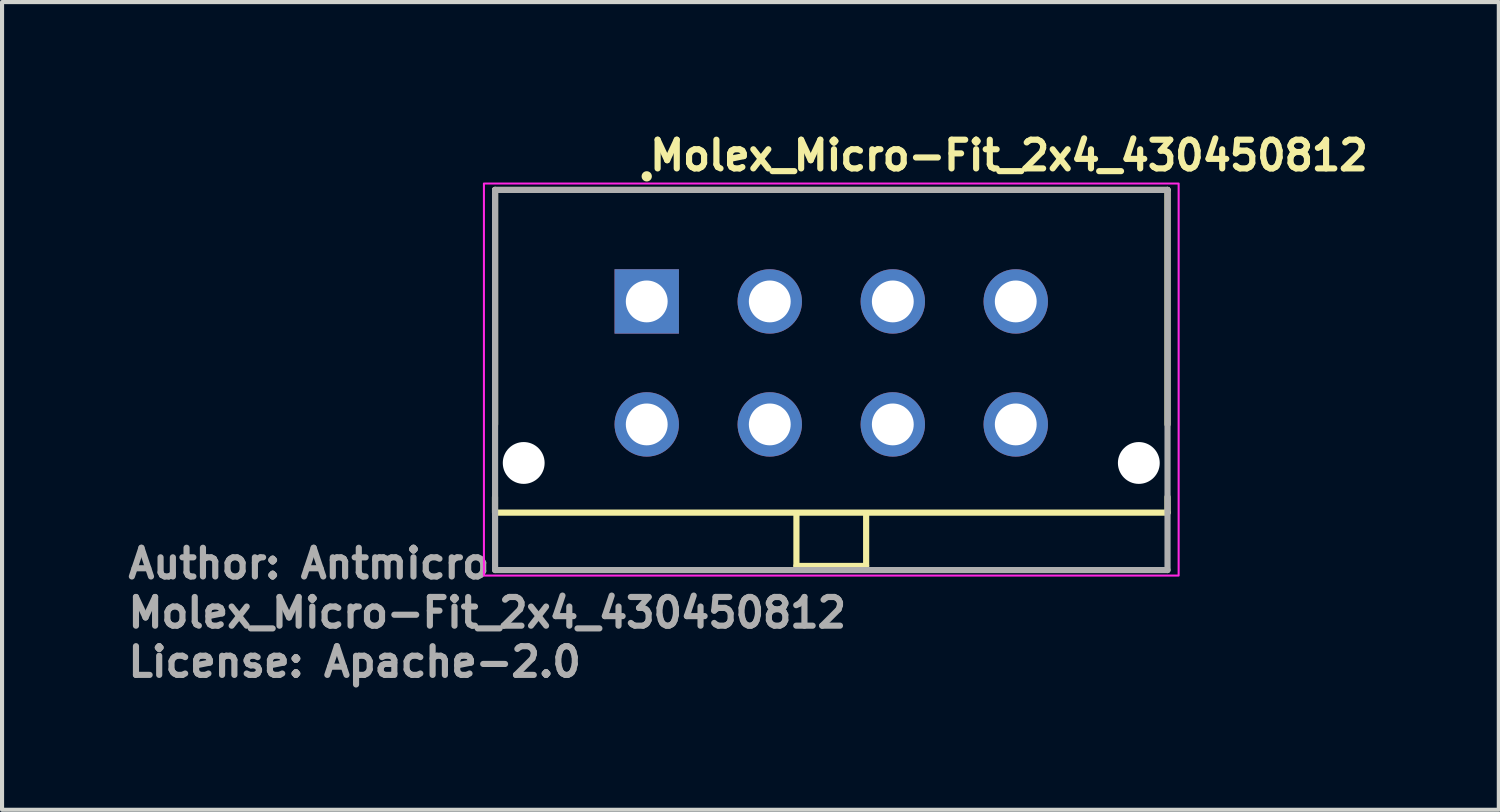
<source format=kicad_pcb>
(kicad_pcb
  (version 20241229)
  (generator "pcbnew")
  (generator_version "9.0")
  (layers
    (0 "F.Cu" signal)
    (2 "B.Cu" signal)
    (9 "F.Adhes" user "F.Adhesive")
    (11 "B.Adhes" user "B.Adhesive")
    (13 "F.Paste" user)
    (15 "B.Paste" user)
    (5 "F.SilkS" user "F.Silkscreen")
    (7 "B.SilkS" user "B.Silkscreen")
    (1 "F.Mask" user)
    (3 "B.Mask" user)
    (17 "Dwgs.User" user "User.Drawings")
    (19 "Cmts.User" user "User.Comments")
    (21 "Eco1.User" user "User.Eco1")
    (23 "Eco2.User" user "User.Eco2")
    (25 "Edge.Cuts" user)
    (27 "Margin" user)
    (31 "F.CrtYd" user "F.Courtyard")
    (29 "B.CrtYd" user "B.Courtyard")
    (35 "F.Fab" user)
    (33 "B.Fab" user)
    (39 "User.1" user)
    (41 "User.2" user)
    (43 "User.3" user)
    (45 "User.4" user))
  (footprint "Molex_Micro-Fit_2x4_430450812"
    (layer "F.Cu")
    (at 12.72 4.3)
    (property "Reference" "Molex_Micro-Fit_2x4_430450812" (at 0 -3.15 0) (layer "F.SilkS") (effects (font (size 0.7 0.7) (thickness 0.15)) (justify left bottom)))
    (attr through_hole)
    (fp_line (start -3.7 4.769) (end -3.7 5.15) (stroke (width 0.15) (type solid)) (layer "F.SilkS"))
    (fp_line (start -3.698 -2.719) (end -3.698 2.999) (stroke (width 0.15) (type solid)) (layer "F.SilkS"))
    (fp_line (start 3.65 5.169) (end 3.65 6.45) (stroke (width 0.15) (type solid)) (layer "F.SilkS"))
    (fp_line (start 3.65 6.45) (end 5.35 6.45) (stroke (width 0.15) (type solid)) (layer "F.SilkS"))
    (fp_line (start 5.35 5.169) (end 5.35 6.45) (stroke (width 0.15) (type solid)) (layer "F.SilkS"))
    (fp_line (start 12.699 -2.719) (end -3.698 -2.719) (stroke (width 0.15) (type solid)) (layer "F.SilkS"))
    (fp_line (start 12.699 -2.719) (end 12.699 2.999) (stroke (width 0.15) (type solid)) (layer "F.SilkS"))
    (fp_line (start 12.699 4.769) (end 12.7 5.15) (stroke (width 0.15) (type solid)) (layer "F.SilkS"))
    (fp_line (start 12.699 5.15) (end -3.698 5.15) (stroke (width 0.15) (type solid)) (layer "F.SilkS"))
    (fp_circle (center 0 -3.05) (end -0.05 -3.05) (stroke (width 0.15) (type solid)) (fill yes) (layer "F.SilkS"))
    (fp_rect (start 12.97 6.685) (end -3.97 -2.875) (stroke (width 0.05) (type solid)) (fill no) (layer "F.CrtYd"))
    (fp_line (start -3.698 -2.719) (end 12.699 -2.719) (stroke (width 0.15) (type solid)) (layer "F.Fab"))
    (fp_line (start -3.698 6.55) (end -3.698 -2.719) (stroke (width 0.15) (type solid)) (layer "F.Fab"))
    (fp_line (start 12.699 -2.719) (end 12.699 6.55) (stroke (width 0.15) (type solid)) (layer "F.Fab"))
    (fp_line (start 12.699 6.55) (end -3.698 6.55) (stroke (width 0.15) (type solid)) (layer "F.Fab"))
    (fp_rect (start 12.574 6.293) (end -3.574 -2.476) (stroke (width 0.1) (type solid)) (fill no) (layer "User.5"))
    (fp_line (start -3.574 4.893) (end -3.574 -2.476) (stroke (width 0.02) (type solid)) (layer "User.9"))
    (fp_line (start -3.325 -2.476) (end -3.574 -2.476) (stroke (width 0.02) (type solid)) (layer "User.9"))
    (fp_line (start -3.325 -1.476) (end -3.325 -2.476) (stroke (width 0.02) (type solid)) (layer "User.9"))
    (fp_line (start -3.325 -1.476) (end -2.375 -1.976) (stroke (width 0.02) (type solid)) (layer "User.9"))
    (fp_line (start -3.325 -0.956) (end -3.325 -1.476) (stroke (width 0.02) (type solid)) (layer "User.9"))
    (fp_line (start -3.325 -0.956) (end -3.325 0.394) (stroke (width 0.02) (type solid)) (layer "User.9"))
    (fp_line (start -3.325 -0.956) (end -1.925 -0.956) (stroke (width 0.02) (type solid)) (layer "User.9"))
    (fp_line (start -3.325 0.394) (end -3.325 0.919) (stroke (width 0.02) (type solid)) (layer "User.9"))
    (fp_line (start -3.325 0.394) (end -1.925 0.394) (stroke (width 0.02) (type solid)) (layer "User.9"))
    (fp_line (start -3.325 0.919) (end -3.325 2.068) (stroke (width 0.02) (type solid)) (layer "User.9"))
    (fp_line (start -3.325 0.919) (end -1.925 0.919) (stroke (width 0.02) (type solid)) (layer "User.9"))
    (fp_line (start -3.325 2.068) (end -3.325 2.593) (stroke (width 0.02) (type solid)) (layer "User.9"))
    (fp_line (start -3.325 2.068) (end -1.925 2.068) (stroke (width 0.02) (type solid)) (layer "User.9"))
    (fp_line (start -3.325 2.593) (end -3.325 4.133) (stroke (width 0.02) (type solid)) (layer "User.9"))
    (fp_line (start -3.325 2.593) (end -1.925 2.593) (stroke (width 0.02) (type solid)) (layer "User.9"))
    (fp_line (start -3.325 4.133) (end -1.925 4.133) (stroke (width 0.02) (type solid)) (layer "User.9"))
    (fp_line (start -3.325 4.893) (end -3.574 4.893) (stroke (width 0.02) (type solid)) (layer "User.9"))
    (fp_line (start -3.325 4.893) (end -3.325 4.133) (stroke (width 0.02) (type solid)) (layer "User.9"))
    (fp_line (start -3.325 4.893) (end -1.925 4.893) (stroke (width 0.02) (type solid)) (layer "User.9"))
    (fp_line (start -2.625 1.094) (end -2.625 1.894) (stroke (width 0.02) (type solid)) (layer "User.9"))
    (fp_line (start -2.625 1.894) (end -2.325 1.894) (stroke (width 0.02) (type solid)) (layer "User.9"))
    (fp_line (start -2.375 -2.476) (end -3.325 -2.476) (stroke (width 0.02) (type solid)) (layer "User.9"))
    (fp_line (start -2.375 -2.476) (end -2.375 -1.976) (stroke (width 0.02) (type solid)) (layer "User.9"))
    (fp_line (start -2.375 -1.976) (end -1.925 -1.976) (stroke (width 0.02) (type solid)) (layer "User.9"))
    (fp_line (start -2.325 0.919) (end -2.325 1.094) (stroke (width 0.02) (type solid)) (layer "User.9"))
    (fp_line (start -2.325 1.094) (end -2.625 1.094) (stroke (width 0.02) (type solid)) (layer "User.9"))
    (fp_line (start -2.325 2.068) (end -2.325 1.894) (stroke (width 0.02) (type solid)) (layer "User.9"))
    (fp_line (start -1.925 -0.956) (end -1.925 -1.976) (stroke (width 0.02) (type solid)) (layer "User.9"))
    (fp_line (start -1.925 -0.956) (end -1.925 4.133) (stroke (width 0.02) (type solid)) (layer "User.9"))
    (fp_line (start -1.925 4.893) (end -1.925 4.133) (stroke (width 0.02) (type solid)) (layer "User.9"))
    (fp_line (start -1.269 -1.306) (end -1.269 1.234) (stroke (width 0.02) (type solid)) (layer "User.9"))
    (fp_line (start -1.269 1.234) (end 1.27 1.234) (stroke (width 0.02) (type solid)) (layer "User.9"))
    (fp_line (start -1.269 1.694) (end -1.269 4.233) (stroke (width 0.02) (type solid)) (layer "User.9"))
    (fp_line (start -1.269 4.233) (end 1.27 4.233) (stroke (width 0.02) (type solid)) (layer "User.9"))
    (fp_line (start -0.32 -0.326) (end 0.32 -0.326) (stroke (width 0.02) (type solid)) (layer "User.9"))
    (fp_line (start -0.32 0.314) (end -0.32 -0.326) (stroke (width 0.02) (type solid)) (layer "User.9"))
    (fp_line (start -0.32 0.314) (end 0.32 0.314) (stroke (width 0.02) (type solid)) (layer "User.9"))
    (fp_line (start -0.32 2.673) (end 0.32 2.673) (stroke (width 0.02) (type solid)) (layer "User.9"))
    (fp_line (start -0.32 3.313) (end -0.32 2.673) (stroke (width 0.02) (type solid)) (layer "User.9"))
    (fp_line (start -0.32 3.313) (end 0.32 3.313) (stroke (width 0.02) (type solid)) (layer "User.9"))
    (fp_line (start 0.32 0.314) (end 0.32 -0.326) (stroke (width 0.02) (type solid)) (layer "User.9"))
    (fp_line (start 0.32 3.313) (end 0.32 2.673) (stroke (width 0.02) (type solid)) (layer "User.9"))
    (fp_line (start 0.57 -1.306) (end -1.269 -1.306) (stroke (width 0.02) (type solid)) (layer "User.9"))
    (fp_line (start 0.57 1.694) (end -1.269 1.694) (stroke (width 0.02) (type solid)) (layer "User.9"))
    (fp_line (start 0.65 -2.476) (end 0.65 -1.976) (stroke (width 0.02) (type solid)) (layer "User.9"))
    (fp_line (start 1.27 -0.606) (end 0.57 -1.306) (stroke (width 0.02) (type solid)) (layer "User.9"))
    (fp_line (start 1.27 1.234) (end 1.27 -0.606) (stroke (width 0.02) (type solid)) (layer "User.9"))
    (fp_line (start 1.27 2.393) (end 0.57 1.694) (stroke (width 0.02) (type solid)) (layer "User.9"))
    (fp_line (start 1.27 4.233) (end 1.27 2.393) (stroke (width 0.02) (type solid)) (layer "User.9"))
    (fp_line (start 1.65 -2.476) (end 0.65 -2.476) (stroke (width 0.02) (type solid)) (layer "User.9"))
    (fp_line (start 1.65 -1.976) (end 1.65 -2.476) (stroke (width 0.02) (type solid)) (layer "User.9"))
    (fp_line (start 1.73 -0.606) (end 1.73 1.234) (stroke (width 0.02) (type solid)) (layer "User.9"))
    (fp_line (start 1.73 1.234) (end 4.27 1.234) (stroke (width 0.02) (type solid)) (layer "User.9"))
    (fp_line (start 1.73 2.393) (end 1.73 4.233) (stroke (width 0.02) (type solid)) (layer "User.9"))
    (fp_line (start 1.73 4.233) (end 4.27 4.233) (stroke (width 0.02) (type solid)) (layer "User.9"))
    (fp_line (start 2.43 -1.306) (end 1.73 -0.606) (stroke (width 0.02) (type solid)) (layer "User.9"))
    (fp_line (start 2.43 1.694) (end 1.73 2.393) (stroke (width 0.02) (type solid)) (layer "User.9"))
    (fp_line (start 2.68 -0.326) (end 3.32 -0.326) (stroke (width 0.02) (type solid)) (layer "User.9"))
    (fp_line (start 2.68 0.314) (end 2.68 -0.326) (stroke (width 0.02) (type solid)) (layer "User.9"))
    (fp_line (start 2.68 0.314) (end 3.32 0.314) (stroke (width 0.02) (type solid)) (layer "User.9"))
    (fp_line (start 2.68 2.673) (end 3.32 2.673) (stroke (width 0.02) (type solid)) (layer "User.9"))
    (fp_line (start 2.68 3.313) (end 2.68 2.673) (stroke (width 0.02) (type solid)) (layer "User.9"))
    (fp_line (start 2.68 3.313) (end 3.32 3.313) (stroke (width 0.02) (type solid)) (layer "User.9"))
    (fp_line (start 3.32 0.314) (end 3.32 -0.326) (stroke (width 0.02) (type solid)) (layer "User.9"))
    (fp_line (start 3.32 3.313) (end 3.32 2.673) (stroke (width 0.02) (type solid)) (layer "User.9"))
    (fp_line (start 3.801 6.293) (end 3.801 4.893) (stroke (width 0.02) (type solid)) (layer "User.9"))
    (fp_line (start 4.27 -1.306) (end 2.43 -1.306) (stroke (width 0.02) (type solid)) (layer "User.9"))
    (fp_line (start 4.27 1.234) (end 4.27 -1.306) (stroke (width 0.02) (type solid)) (layer "User.9"))
    (fp_line (start 4.27 1.694) (end 2.43 1.694) (stroke (width 0.02) (type solid)) (layer "User.9"))
    (fp_line (start 4.27 4.233) (end 4.27 1.694) (stroke (width 0.02) (type solid)) (layer "User.9"))
    (fp_line (start 4.73 -1.306) (end 4.73 1.234) (stroke (width 0.02) (type solid)) (layer "User.9"))
    (fp_line (start 4.73 1.234) (end 7.27 1.234) (stroke (width 0.02) (type solid)) (layer "User.9"))
    (fp_line (start 4.73 1.694) (end 4.73 4.233) (stroke (width 0.02) (type solid)) (layer "User.9"))
    (fp_line (start 4.73 4.233) (end 7.27 4.233) (stroke (width 0.02) (type solid)) (layer "User.9"))
    (fp_line (start 5.199 6.293) (end 3.801 6.293) (stroke (width 0.02) (type solid)) (layer "User.9"))
    (fp_line (start 5.199 6.293) (end 5.199 4.893) (stroke (width 0.02) (type solid)) (layer "User.9"))
    (fp_line (start 5.68 -0.326) (end 6.32 -0.326) (stroke (width 0.02) (type solid)) (layer "User.9"))
    (fp_line (start 5.68 0.314) (end 5.68 -0.326) (stroke (width 0.02) (type solid)) (layer "User.9"))
    (fp_line (start 5.68 0.314) (end 6.32 0.314) (stroke (width 0.02) (type solid)) (layer "User.9"))
    (fp_line (start 5.68 2.673) (end 6.32 2.673) (stroke (width 0.02) (type solid)) (layer "User.9"))
    (fp_line (start 5.68 3.313) (end 5.68 2.673) (stroke (width 0.02) (type solid)) (layer "User.9"))
    (fp_line (start 5.68 3.313) (end 6.32 3.313) (stroke (width 0.02) (type solid)) (layer "User.9"))
    (fp_line (start 6.32 0.314) (end 6.32 -0.326) (stroke (width 0.02) (type solid)) (layer "User.9"))
    (fp_line (start 6.32 3.313) (end 6.32 2.673) (stroke (width 0.02) (type solid)) (layer "User.9"))
    (fp_line (start 6.57 -1.306) (end 4.73 -1.306) (stroke (width 0.02) (type solid)) (layer "User.9"))
    (fp_line (start 6.57 1.694) (end 4.73 1.694) (stroke (width 0.02) (type solid)) (layer "User.9"))
    (fp_line (start 7.27 -0.606) (end 6.57 -1.306) (stroke (width 0.02) (type solid)) (layer "User.9"))
    (fp_line (start 7.27 1.234) (end 7.27 -0.606) (stroke (width 0.02) (type solid)) (layer "User.9"))
    (fp_line (start 7.27 2.393) (end 6.57 1.694) (stroke (width 0.02) (type solid)) (layer "User.9"))
    (fp_line (start 7.27 4.233) (end 7.27 2.393) (stroke (width 0.02) (type solid)) (layer "User.9"))
    (fp_line (start 7.35 -2.476) (end 7.35 -1.976) (stroke (width 0.02) (type solid)) (layer "User.9"))
    (fp_line (start 7.73 -0.606) (end 7.73 1.234) (stroke (width 0.02) (type solid)) (layer "User.9"))
    (fp_line (start 7.73 1.234) (end 10.269 1.234) (stroke (width 0.02) (type solid)) (layer "User.9"))
    (fp_line (start 7.73 1.694) (end 7.73 4.233) (stroke (width 0.02) (type solid)) (layer "User.9"))
    (fp_line (start 7.73 4.233) (end 10.269 4.233) (stroke (width 0.02) (type solid)) (layer "User.9"))
    (fp_line (start 8.35 -2.476) (end 7.35 -2.476) (stroke (width 0.02) (type solid)) (layer "User.9"))
    (fp_line (start 8.35 -1.976) (end 8.35 -2.476) (stroke (width 0.02) (type solid)) (layer "User.9"))
    (fp_line (start 8.43 -1.306) (end 7.73 -0.606) (stroke (width 0.02) (type solid)) (layer "User.9"))
    (fp_line (start 8.68 -0.326) (end 9.32 -0.326) (stroke (width 0.02) (type solid)) (layer "User.9"))
    (fp_line (start 8.68 0.314) (end 8.68 -0.326) (stroke (width 0.02) (type solid)) (layer "User.9"))
    (fp_line (start 8.68 0.314) (end 9.32 0.314) (stroke (width 0.02) (type solid)) (layer "User.9"))
    (fp_line (start 8.68 2.673) (end 9.32 2.673) (stroke (width 0.02) (type solid)) (layer "User.9"))
    (fp_line (start 8.68 3.313) (end 8.68 2.673) (stroke (width 0.02) (type solid)) (layer "User.9"))
    (fp_line (start 8.68 3.313) (end 9.32 3.313) (stroke (width 0.02) (type solid)) (layer "User.9"))
    (fp_line (start 9.32 0.314) (end 9.32 -0.326) (stroke (width 0.02) (type solid)) (layer "User.9"))
    (fp_line (start 9.32 3.313) (end 9.32 2.673) (stroke (width 0.02) (type solid)) (layer "User.9"))
    (fp_line (start 10.269 -1.306) (end 8.43 -1.306) (stroke (width 0.02) (type solid)) (layer "User.9"))
    (fp_line (start 10.269 1.234) (end 10.269 -1.306) (stroke (width 0.02) (type solid)) (layer "User.9"))
    (fp_line (start 10.269 1.694) (end 7.73 1.694) (stroke (width 0.02) (type solid)) (layer "User.9"))
    (fp_line (start 10.269 4.233) (end 10.269 1.694) (stroke (width 0.02) (type solid)) (layer "User.9"))
    (fp_line (start 10.925 -1.976) (end -1.925 -1.976) (stroke (width 0.02) (type solid)) (layer "User.9"))
    (fp_line (start 10.925 -1.976) (end 11.375 -1.976) (stroke (width 0.02) (type solid)) (layer "User.9"))
    (fp_line (start 10.925 -0.956) (end 10.925 -1.976) (stroke (width 0.02) (type solid)) (layer "User.9"))
    (fp_line (start 10.925 -0.956) (end 10.925 4.133) (stroke (width 0.02) (type solid)) (layer "User.9"))
    (fp_line (start 10.925 -0.956) (end 12.325 -0.956) (stroke (width 0.02) (type solid)) (layer "User.9"))
    (fp_line (start 10.925 0.394) (end 12.325 0.394) (stroke (width 0.02) (type solid)) (layer "User.9"))
    (fp_line (start 10.925 2.593) (end 12.325 2.593) (stroke (width 0.02) (type solid)) (layer "User.9"))
    (fp_line (start 10.925 4.133) (end 12.325 4.133) (stroke (width 0.02) (type solid)) (layer "User.9"))
    (fp_line (start 10.925 4.893) (end -1.925 4.893) (stroke (width 0.02) (type solid)) (layer "User.9"))
    (fp_line (start 10.925 4.893) (end 10.925 4.133) (stroke (width 0.02) (type solid)) (layer "User.9"))
    (fp_line (start 10.925 4.893) (end 12.325 4.893) (stroke (width 0.02) (type solid)) (layer "User.9"))
    (fp_line (start 11.325 0.919) (end 11.325 1.094) (stroke (width 0.02) (type solid)) (layer "User.9"))
    (fp_line (start 11.325 1.894) (end 11.625 1.894) (stroke (width 0.02) (type solid)) (layer "User.9"))
    (fp_line (start 11.325 2.068) (end 11.325 1.894) (stroke (width 0.02) (type solid)) (layer "User.9"))
    (fp_line (start 11.375 -2.476) (end 11.375 -1.976) (stroke (width 0.02) (type solid)) (layer "User.9"))
    (fp_line (start 11.625 1.094) (end 11.325 1.094) (stroke (width 0.02) (type solid)) (layer "User.9"))
    (fp_line (start 11.625 1.894) (end 11.625 1.094) (stroke (width 0.02) (type solid)) (layer "User.9"))
    (fp_line (start 12.325 -2.476) (end 11.375 -2.476) (stroke (width 0.02) (type solid)) (layer "User.9"))
    (fp_line (start 12.325 -2.476) (end 12.325 -1.476) (stroke (width 0.02) (type solid)) (layer "User.9"))
    (fp_line (start 12.325 -2.476) (end 12.574 -2.476) (stroke (width 0.02) (type solid)) (layer "User.9"))
    (fp_line (start 12.325 -1.476) (end 11.375 -1.976) (stroke (width 0.02) (type solid)) (layer "User.9"))
    (fp_line (start 12.325 -0.956) (end 12.325 -1.476) (stroke (width 0.02) (type solid)) (layer "User.9"))
    (fp_line (start 12.325 -0.956) (end 12.325 0.394) (stroke (width 0.02) (type solid)) (layer "User.9"))
    (fp_line (start 12.325 0.394) (end 12.325 0.919) (stroke (width 0.02) (type solid)) (layer "User.9"))
    (fp_line (start 12.325 0.919) (end 10.925 0.919) (stroke (width 0.02) (type solid)) (layer "User.9"))
    (fp_line (start 12.325 0.919) (end 12.325 2.068) (stroke (width 0.02) (type solid)) (layer "User.9"))
    (fp_line (start 12.325 2.068) (end 10.925 2.068) (stroke (width 0.02) (type solid)) (layer "User.9"))
    (fp_line (start 12.325 2.068) (end 12.325 2.593) (stroke (width 0.02) (type solid)) (layer "User.9"))
    (fp_line (start 12.325 2.593) (end 12.325 4.133) (stroke (width 0.02) (type solid)) (layer "User.9"))
    (fp_line (start 12.325 4.893) (end 12.325 4.133) (stroke (width 0.02) (type solid)) (layer "User.9"))
    (fp_line (start 12.325 4.893) (end 12.574 4.893) (stroke (width 0.02) (type solid)) (layer "User.9"))
    (fp_line (start 12.574 -2.476) (end 12.574 4.893) (stroke (width 0.02) (type solid)) (layer "User.9"))
    (fp_text user "License: Apache-2.0" (at -12.72 9.2 0) (layer "F.Fab") (effects (font (size 0.7 0.7) (thickness 0.15)) (justify left bottom)))
    (fp_text user "Author: Antmicro" (at -12.72 6.8 0) (layer "F.Fab") (effects (font (size 0.7 0.7) (thickness 0.15)) (justify left bottom)))
    (fp_text user "${REFERENCE}" (at -12.72 8 0) (layer "F.Fab") (effects (font (size 0.7 0.7) (thickness 0.15)) (justify left bottom)))
    (pad "" np_thru_hole circle (at -3 3.939 180) (size 1.02 1.02) (drill 1.02) (layers "*.Cu" "*.Mask"))
    (pad "" np_thru_hole circle (at 11.999 3.939) (size 1.02 1.02) (drill 1.02) (layers "*.Cu" "*.Mask"))
    (pad "1" thru_hole rect (at 0 0 180) (size 1.57 1.57) (drill 1.02) (layers "*.Cu" "*.Mask"))
    (pad "2" thru_hole circle (at 3 0 180) (size 1.57 1.57) (drill 1.02) (layers "*.Cu" "*.Mask"))
    (pad "3" thru_hole circle (at 6 0 180) (size 1.57 1.57) (drill 1.02) (layers "*.Cu" "*.Mask"))
    (pad "4" thru_hole circle (at 8.998 0 180) (size 1.57 1.57) (drill 1.02) (layers "*.Cu" "*.Mask"))
    (pad "5" thru_hole circle (at 0 2.999 90) (size 1.57 1.57) (drill 1.02) (layers "*.Cu" "*.Mask"))
    (pad "6" thru_hole circle (at 3 2.999 90) (size 1.57 1.57) (drill 1.02) (layers "*.Cu" "*.Mask"))
    (pad "7" thru_hole circle (at 6 2.999 90) (size 1.57 1.57) (drill 1.02) (layers "*.Cu" "*.Mask"))
    (pad "8" thru_hole circle (at 8.998 2.999 90) (size 1.57 1.57) (drill 1.02) (layers "*.Cu" "*.Mask")))
  (gr_rect
    (start -3 -3)
    (end 33.497 16.695)
    (stroke (width 0.1) (type default))
    (fill no)
    (layer "Edge.Cuts")))
</source>
